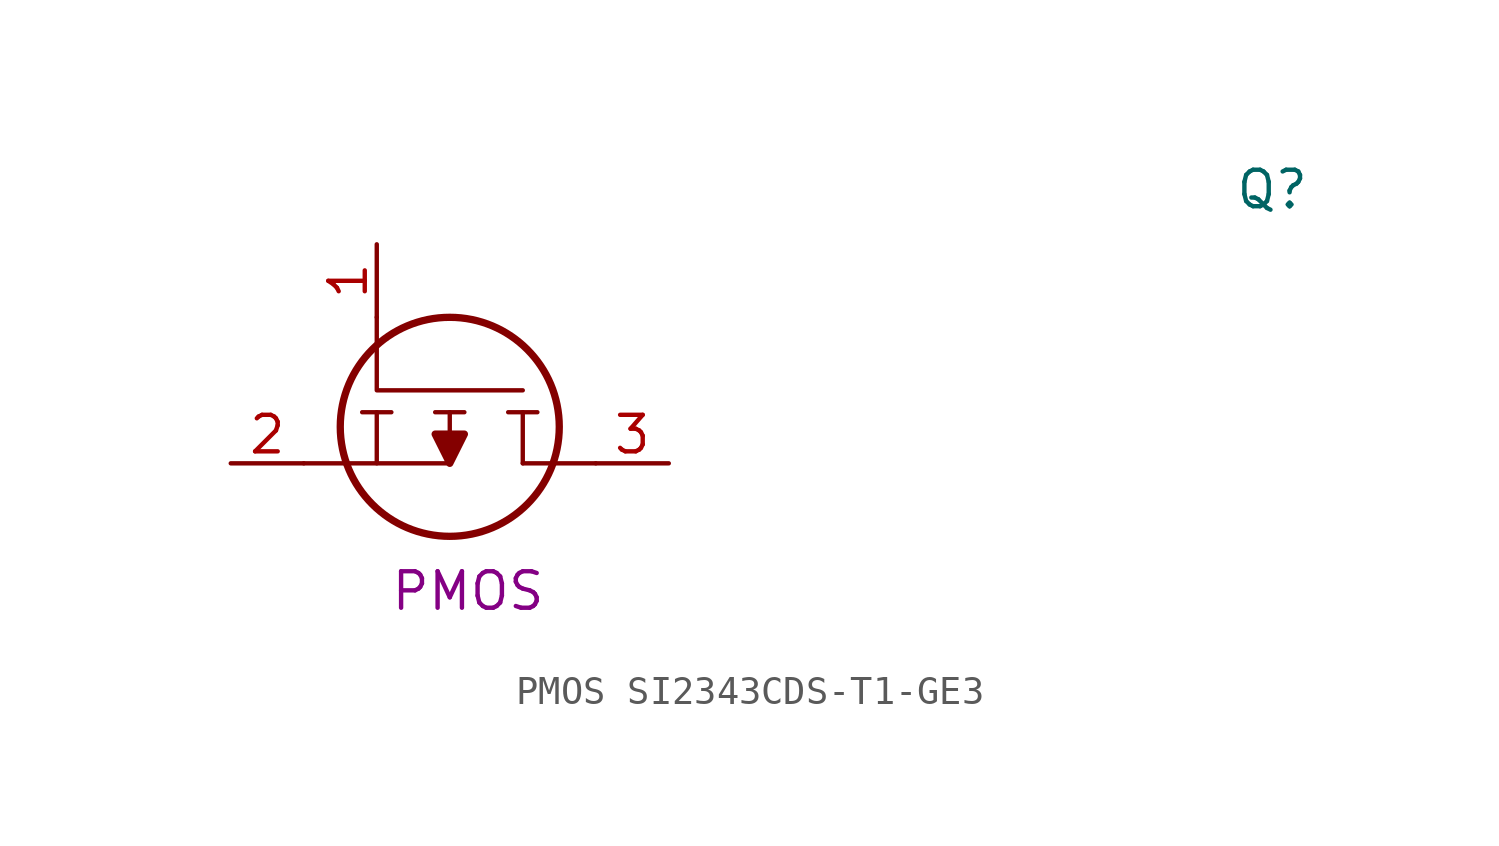
<source format=kicad_sym>
(kicad_symbol_lib
  (version 20211014)
  (generator kicad_symbol_editor)
  (symbol "PMOS SI2343CDS-T1-GE3"
    (pin_names
      (offset 0.762))
    (property "Reference" "Q"
      (at 27.94 12.7 0)
      (effects (font (size 1.27 1.27)) (justify left)))
    (property "Render Name" "PMOS"
      (at 1.27 -1.27 0)
      (effects (font (size 1.27 1.27))))
    (symbol "PMOS SI2343CDS-T1-GE3_0_0"
      (pin passive line (at -1.905 10.795 270) (length 2.54) (name "~" (effects (font (size 1.27 1.27)))) (number "1" (effects (font (size 1.27 1.27)))))
      (pin passive line (at -6.985 3.175 0) (length 2.54) (name "~" (effects (font (size 1.27 1.27)))) (number "2" (effects (font (size 1.27 1.27)))))
      (pin passive line (at 8.255 3.175 180) (length 2.54) (name "~" (effects (font (size 1.27 1.27)))) (number "3" (effects (font (size 1.27 1.27))))))
    (symbol "PMOS SI2343CDS-T1-GE3_0_1"
      (polyline (pts (xy -2.413 4.953) (xy -1.397 4.953)) (stroke (width 0.152) (type default) (color 0 0 0 0)) (fill (type none)))
      (polyline (pts (xy -1.905 4.953) (xy -1.905 3.175)) (stroke (width 0.152) (type default) (color 0 0 0 0)) (fill (type none)))
      (polyline (pts (xy 0.127 4.953) (xy 1.143 4.953)) (stroke (width 0.152) (type default) (color 0 0 0 0)) (fill (type none)))
      (polyline (pts (xy 0.635 3.175) (xy -4.445 3.175)) (stroke (width 0.152) (type default) (color 0 0 0 0)) (fill (type none)))
      (polyline (pts (xy 0.635 3.175) (xy 0.635 4.953)) (stroke (width 0.152) (type default) (color 0 0 0 0)) (fill (type none)))
      (polyline (pts (xy 3.175 3.175) (xy 3.175 4.953)) (stroke (width 0.152) (type default) (color 0 0 0 0)) (fill (type none)))
      (polyline (pts (xy 3.175 3.175) (xy 5.715 3.175)) (stroke (width 0.152) (type default) (color 0 0 0 0)) (fill (type none)))
      (polyline (pts (xy 3.683 4.953) (xy 2.667 4.953)) (stroke (width 0.152) (type default) (color 0 0 0 0)) (fill (type none)))
      (polyline (pts (xy -1.905 8.255) (xy -1.905 5.715) (xy 3.175 5.715)) (stroke (width 0.152) (type default) (color 0 0 0 0)) (fill (type none)))
      (polyline (pts (xy 0.635 3.175) (xy 1.143 4.191) (xy 0.127 4.191) (xy 0.635 3.175)) (stroke (width 0.254) (type default) (color 0 0 0 0)) (fill (type outline)))
      (circle (center 0.635 4.445) (radius 3.81) (stroke (width 0.254) (type default) (color 0 0 0 0)) (fill (type none))))))
</source>
